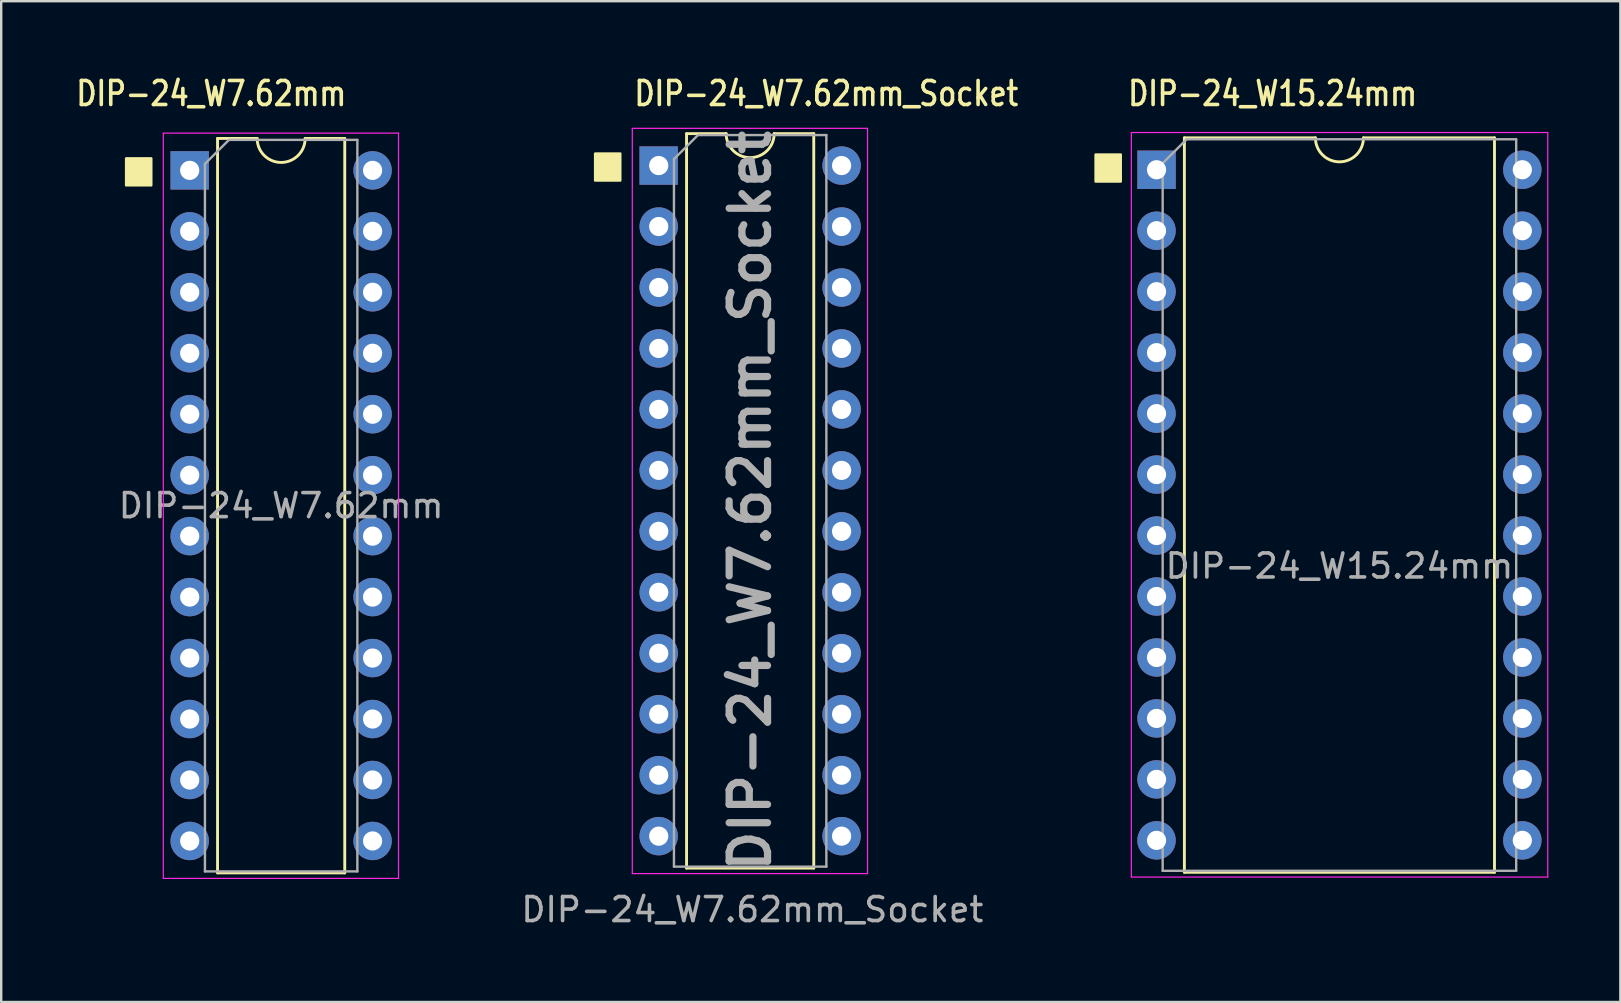
<source format=kicad_pcb>
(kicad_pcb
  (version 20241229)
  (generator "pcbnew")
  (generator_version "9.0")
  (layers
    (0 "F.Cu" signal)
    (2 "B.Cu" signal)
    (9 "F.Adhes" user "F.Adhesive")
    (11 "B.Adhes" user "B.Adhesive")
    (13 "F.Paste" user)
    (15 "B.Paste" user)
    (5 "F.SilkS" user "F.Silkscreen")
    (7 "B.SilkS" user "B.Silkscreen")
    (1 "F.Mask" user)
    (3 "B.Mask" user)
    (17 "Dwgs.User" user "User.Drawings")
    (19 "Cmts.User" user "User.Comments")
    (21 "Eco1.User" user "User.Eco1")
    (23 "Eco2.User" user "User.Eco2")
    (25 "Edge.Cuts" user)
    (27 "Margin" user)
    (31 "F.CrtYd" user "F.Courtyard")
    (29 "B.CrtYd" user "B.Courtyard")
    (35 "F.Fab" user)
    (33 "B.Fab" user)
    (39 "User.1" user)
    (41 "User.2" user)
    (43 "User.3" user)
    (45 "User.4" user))
  (footprint "DIP-24_W7.62mm"
    (layer "F.Cu")
    (at 4.854 4.048)
    (property "Reference" "DIP-24_W7.62mm" (at 0.9 -3.2 0) (layer "F.SilkS") (effects (font (size 1 0.83) (thickness 0.15))))
    (attr through_hole)
    (fp_line (start 1.16 -1.33) (end 1.16 29.27) (stroke (width 0.12) (type solid)) (layer "F.SilkS"))
    (fp_line (start 1.16 29.27) (end 6.46 29.27) (stroke (width 0.12) (type solid)) (layer "F.SilkS"))
    (fp_line (start 2.81 -1.33) (end 1.16 -1.33) (stroke (width 0.12) (type solid)) (layer "F.SilkS"))
    (fp_line (start 6.46 -1.33) (end 4.81 -1.33) (stroke (width 0.12) (type solid)) (layer "F.SilkS"))
    (fp_line (start 6.46 29.27) (end 6.46 -1.33) (stroke (width 0.12) (type solid)) (layer "F.SilkS"))
    (fp_arc (start 4.81 -1.33) (mid 3.81 -0.33) (end 2.81 -1.33) (stroke (width 0.12) (type solid)) (layer "F.SilkS"))
    (fp_poly (pts (xy -2.65 -0.5) (xy -2.65 0.625) (xy -1.6 0.625) (xy -1.6 -0.5)) (stroke (width 0.1) (type solid)) (fill yes) (layer "F.SilkS"))
    (fp_line (start -1.1 -1.55) (end -1.1 29.5) (stroke (width 0.05) (type solid)) (layer "F.CrtYd"))
    (fp_line (start -1.1 29.5) (end 8.7 29.5) (stroke (width 0.05) (type solid)) (layer "F.CrtYd"))
    (fp_line (start 8.7 -1.55) (end -1.1 -1.55) (stroke (width 0.05) (type solid)) (layer "F.CrtYd"))
    (fp_line (start 8.7 29.5) (end 8.7 -1.55) (stroke (width 0.05) (type solid)) (layer "F.CrtYd"))
    (fp_line (start 0.635 -0.27) (end 1.635 -1.27) (stroke (width 0.1) (type solid)) (layer "F.Fab"))
    (fp_line (start 0.635 29.21) (end 0.635 -0.27) (stroke (width 0.1) (type solid)) (layer "F.Fab"))
    (fp_line (start 1.635 -1.27) (end 6.985 -1.27) (stroke (width 0.1) (type solid)) (layer "F.Fab"))
    (fp_line (start 6.985 -1.27) (end 6.985 29.21) (stroke (width 0.1) (type solid)) (layer "F.Fab"))
    (fp_line (start 6.985 29.21) (end 0.635 29.21) (stroke (width 0.1) (type solid)) (layer "F.Fab"))
    (fp_text user "${REFERENCE}" (at 3.81 13.97 0) (layer "F.Fab") (effects (font (size 1 1) (thickness 0.15))))
    (pad "1" thru_hole rect (at 0 0) (size 1.6 1.6) (drill 0.8) (layers "*.Cu" "*.Mask"))
    (pad "2" thru_hole oval (at 0 2.54) (size 1.6 1.6) (drill 0.8) (layers "*.Cu" "*.Mask"))
    (pad "3" thru_hole oval (at 0 5.08) (size 1.6 1.6) (drill 0.8) (layers "*.Cu" "*.Mask"))
    (pad "4" thru_hole oval (at 0 7.62) (size 1.6 1.6) (drill 0.8) (layers "*.Cu" "*.Mask"))
    (pad "5" thru_hole oval (at 0 10.16) (size 1.6 1.6) (drill 0.8) (layers "*.Cu" "*.Mask"))
    (pad "6" thru_hole oval (at 0 12.7) (size 1.6 1.6) (drill 0.8) (layers "*.Cu" "*.Mask"))
    (pad "7" thru_hole oval (at 0 15.24) (size 1.6 1.6) (drill 0.8) (layers "*.Cu" "*.Mask"))
    (pad "8" thru_hole oval (at 0 17.78) (size 1.6 1.6) (drill 0.8) (layers "*.Cu" "*.Mask"))
    (pad "9" thru_hole oval (at 0 20.32) (size 1.6 1.6) (drill 0.8) (layers "*.Cu" "*.Mask"))
    (pad "10" thru_hole oval (at 0 22.86) (size 1.6 1.6) (drill 0.8) (layers "*.Cu" "*.Mask"))
    (pad "11" thru_hole oval (at 0 25.4) (size 1.6 1.6) (drill 0.8) (layers "*.Cu" "*.Mask"))
    (pad "12" thru_hole oval (at 0 27.94) (size 1.6 1.6) (drill 0.8) (layers "*.Cu" "*.Mask"))
    (pad "13" thru_hole oval (at 7.62 27.94) (size 1.6 1.6) (drill 0.8) (layers "*.Cu" "*.Mask"))
    (pad "14" thru_hole oval (at 7.62 25.4) (size 1.6 1.6) (drill 0.8) (layers "*.Cu" "*.Mask"))
    (pad "15" thru_hole oval (at 7.62 22.86) (size 1.6 1.6) (drill 0.8) (layers "*.Cu" "*.Mask"))
    (pad "16" thru_hole oval (at 7.62 20.32) (size 1.6 1.6) (drill 0.8) (layers "*.Cu" "*.Mask"))
    (pad "17" thru_hole oval (at 7.62 17.78) (size 1.6 1.6) (drill 0.8) (layers "*.Cu" "*.Mask"))
    (pad "18" thru_hole oval (at 7.62 15.24) (size 1.6 1.6) (drill 0.8) (layers "*.Cu" "*.Mask"))
    (pad "19" thru_hole oval (at 7.62 12.7) (size 1.6 1.6) (drill 0.8) (layers "*.Cu" "*.Mask"))
    (pad "20" thru_hole oval (at 7.62 10.16) (size 1.6 1.6) (drill 0.8) (layers "*.Cu" "*.Mask"))
    (pad "21" thru_hole oval (at 7.62 7.62) (size 1.6 1.6) (drill 0.8) (layers "*.Cu" "*.Mask"))
    (pad "22" thru_hole oval (at 7.62 5.08) (size 1.6 1.6) (drill 0.8) (layers "*.Cu" "*.Mask"))
    (pad "23" thru_hole oval (at 7.62 2.54) (size 1.6 1.6) (drill 0.8) (layers "*.Cu" "*.Mask"))
    (pad "24" thru_hole oval (at 7.62 0) (size 1.6 1.6) (drill 0.8) (layers "*.Cu" "*.Mask")))
  (footprint "DIP-24_W7.62mm_Socket"
    (layer "F.Cu")
    (at 24.395 3.848)
    (property "Reference" "DIP-24_W7.62mm_Socket" (at -1.1 -3 0) (layer "F.SilkS") (effects (font (size 1 0.83) (thickness 0.15)) (justify left)))
    (property "Value" "${VALUE}" (at 3.9 31 0) (layer "F.SilkS") (hide yes) (effects (font (size 1 1) (thickness 0.15))))
    (attr through_hole)
    (fp_line (start 1.16 -1.33) (end 1.16 29.27) (stroke (width 0.12) (type solid)) (layer "F.SilkS"))
    (fp_line (start 1.16 29.27) (end 6.46 29.27) (stroke (width 0.12) (type solid)) (layer "F.SilkS"))
    (fp_line (start 2.81 -1.33) (end 1.16 -1.33) (stroke (width 0.12) (type solid)) (layer "F.SilkS"))
    (fp_line (start 6.46 -1.33) (end 4.81 -1.33) (stroke (width 0.12) (type solid)) (layer "F.SilkS"))
    (fp_line (start 6.46 29.27) (end 6.46 -1.33) (stroke (width 0.12) (type solid)) (layer "F.SilkS"))
    (fp_arc (start 4.81 -1.33) (mid 3.81 -0.33) (end 2.81 -1.33) (stroke (width 0.12) (type solid)) (layer "F.SilkS"))
    (fp_poly (pts (xy -2.65 -0.5) (xy -2.65 0.625) (xy -1.6 0.625) (xy -1.6 -0.5)) (stroke (width 0.1) (type solid)) (fill yes) (layer "F.SilkS"))
    (fp_line (start -1.1 -1.55) (end -1.1 29.5) (stroke (width 0.05) (type solid)) (layer "F.CrtYd"))
    (fp_line (start -1.1 29.5) (end 8.7 29.5) (stroke (width 0.05) (type solid)) (layer "F.CrtYd"))
    (fp_line (start 8.7 -1.55) (end -1.1 -1.55) (stroke (width 0.05) (type solid)) (layer "F.CrtYd"))
    (fp_line (start 8.7 29.5) (end 8.7 -1.55) (stroke (width 0.05) (type solid)) (layer "F.CrtYd"))
    (fp_line (start 0.635 -0.27) (end 1.635 -1.27) (stroke (width 0.1) (type solid)) (layer "F.Fab"))
    (fp_line (start 0.635 29.21) (end 0.635 -0.27) (stroke (width 0.1) (type solid)) (layer "F.Fab"))
    (fp_line (start 1.635 -1.27) (end 6.985 -1.27) (stroke (width 0.1) (type solid)) (layer "F.Fab"))
    (fp_line (start 6.985 -1.27) (end 6.985 29.21) (stroke (width 0.1) (type solid)) (layer "F.Fab"))
    (fp_line (start 6.985 29.21) (end 0.635 29.21) (stroke (width 0.1) (type solid)) (layer "F.Fab"))
    (fp_text user "${REFERENCE}" (at 3.81 13.97 90) (layer "F.Fab") (effects (font (size 1.6 1.6) (thickness 0.3))))
    (fp_text user "DIP-24_W7.62mm_Socket" (at 3.9 31 0) (layer "F.Fab") (effects (font (size 1 1) (thickness 0.15))))
    (pad "1" thru_hole rect (at 0 0) (size 1.6 1.6) (drill 0.8) (layers "*.Cu" "*.Mask"))
    (pad "2" thru_hole oval (at 0 2.54) (size 1.6 1.6) (drill 0.8) (layers "*.Cu" "*.Mask"))
    (pad "3" thru_hole oval (at 0 5.08) (size 1.6 1.6) (drill 0.8) (layers "*.Cu" "*.Mask"))
    (pad "4" thru_hole oval (at 0 7.62) (size 1.6 1.6) (drill 0.8) (layers "*.Cu" "*.Mask"))
    (pad "5" thru_hole oval (at 0 10.16) (size 1.6 1.6) (drill 0.8) (layers "*.Cu" "*.Mask"))
    (pad "6" thru_hole oval (at 0 12.7) (size 1.6 1.6) (drill 0.8) (layers "*.Cu" "*.Mask"))
    (pad "7" thru_hole oval (at 0 15.24) (size 1.6 1.6) (drill 0.8) (layers "*.Cu" "*.Mask"))
    (pad "8" thru_hole oval (at 0 17.78) (size 1.6 1.6) (drill 0.8) (layers "*.Cu" "*.Mask"))
    (pad "9" thru_hole oval (at 0 20.32) (size 1.6 1.6) (drill 0.8) (layers "*.Cu" "*.Mask"))
    (pad "10" thru_hole oval (at 0 22.86) (size 1.6 1.6) (drill 0.8) (layers "*.Cu" "*.Mask"))
    (pad "11" thru_hole oval (at 0 25.4) (size 1.6 1.6) (drill 0.8) (layers "*.Cu" "*.Mask"))
    (pad "12" thru_hole oval (at 0 27.94) (size 1.6 1.6) (drill 0.8) (layers "*.Cu" "*.Mask"))
    (pad "13" thru_hole oval (at 7.62 27.94) (size 1.6 1.6) (drill 0.8) (layers "*.Cu" "*.Mask"))
    (pad "14" thru_hole oval (at 7.62 25.4) (size 1.6 1.6) (drill 0.8) (layers "*.Cu" "*.Mask"))
    (pad "15" thru_hole oval (at 7.62 22.86) (size 1.6 1.6) (drill 0.8) (layers "*.Cu" "*.Mask"))
    (pad "16" thru_hole oval (at 7.62 20.32) (size 1.6 1.6) (drill 0.8) (layers "*.Cu" "*.Mask"))
    (pad "17" thru_hole oval (at 7.62 17.78) (size 1.6 1.6) (drill 0.8) (layers "*.Cu" "*.Mask"))
    (pad "18" thru_hole oval (at 7.62 15.24) (size 1.6 1.6) (drill 0.8) (layers "*.Cu" "*.Mask"))
    (pad "19" thru_hole oval (at 7.62 12.7) (size 1.6 1.6) (drill 0.8) (layers "*.Cu" "*.Mask"))
    (pad "20" thru_hole oval (at 7.62 10.16) (size 1.6 1.6) (drill 0.8) (layers "*.Cu" "*.Mask"))
    (pad "21" thru_hole oval (at 7.62 7.62) (size 1.6 1.6) (drill 0.8) (layers "*.Cu" "*.Mask"))
    (pad "22" thru_hole oval (at 7.62 5.08) (size 1.6 1.6) (drill 0.8) (layers "*.Cu" "*.Mask"))
    (pad "23" thru_hole oval (at 7.62 2.54) (size 1.6 1.6) (drill 0.8) (layers "*.Cu" "*.Mask"))
    (pad "24" thru_hole oval (at 7.62 0) (size 1.6 1.6) (drill 0.8) (layers "*.Cu" "*.Mask")))
  (footprint "DIP-24_W15.24mm"
    (layer "F.Cu")
    (at 45.137 4.023)
    (property "Reference" "DIP-24_W15.24mm" (at -1.27 -3.175 180) (layer "F.SilkS") (effects (font (size 1 0.83) (thickness 0.15)) (justify left)))
    (attr through_hole)
    (fp_line (start 1.16 -1.33) (end 1.16 29.27) (stroke (width 0.12) (type solid)) (layer "F.SilkS"))
    (fp_line (start 1.16 29.27) (end 14.08 29.27) (stroke (width 0.12) (type solid)) (layer "F.SilkS"))
    (fp_line (start 6.62 -1.33) (end 1.16 -1.33) (stroke (width 0.12) (type solid)) (layer "F.SilkS"))
    (fp_line (start 14.08 -1.33) (end 8.62 -1.33) (stroke (width 0.12) (type solid)) (layer "F.SilkS"))
    (fp_line (start 14.08 29.27) (end 14.08 -1.33) (stroke (width 0.12) (type solid)) (layer "F.SilkS"))
    (fp_arc (start 8.62 -1.33) (mid 7.62 -0.33) (end 6.62 -1.33) (stroke (width 0.12) (type solid)) (layer "F.SilkS"))
    (fp_poly (pts (xy -2.54 -0.635) (xy -2.54 0.49) (xy -1.49 0.49) (xy -1.49 -0.635)) (stroke (width 0.1) (type solid)) (fill yes) (layer "F.SilkS"))
    (fp_line (start -1.05 -1.55) (end -1.05 29.47) (stroke (width 0.05) (type solid)) (layer "F.CrtYd"))
    (fp_line (start -1.05 29.47) (end 16.3 29.47) (stroke (width 0.05) (type solid)) (layer "F.CrtYd"))
    (fp_line (start 16.3 -1.55) (end -1.05 -1.55) (stroke (width 0.05) (type solid)) (layer "F.CrtYd"))
    (fp_line (start 16.3 29.47) (end 16.3 -1.55) (stroke (width 0.05) (type solid)) (layer "F.CrtYd"))
    (fp_line (start 0.255 -0.27) (end 1.255 -1.27) (stroke (width 0.1) (type solid)) (layer "F.Fab"))
    (fp_line (start 0.255 29.21) (end 0.255 -0.27) (stroke (width 0.1) (type solid)) (layer "F.Fab"))
    (fp_line (start 1.255 -1.27) (end 14.985 -1.27) (stroke (width 0.1) (type solid)) (layer "F.Fab"))
    (fp_line (start 14.985 -1.27) (end 14.985 29.21) (stroke (width 0.1) (type solid)) (layer "F.Fab"))
    (fp_line (start 14.985 29.21) (end 0.255 29.21) (stroke (width 0.1) (type solid)) (layer "F.Fab"))
    (fp_text user "${REFERENCE}" (at 7.62 16.51 0) (layer "F.Fab") (effects (font (size 1 1) (thickness 0.15))))
    (pad "1" thru_hole rect (at 0 0) (size 1.6 1.6) (drill 0.8) (layers "*.Cu" "*.Mask"))
    (pad "2" thru_hole oval (at 0 2.54) (size 1.6 1.6) (drill 0.8) (layers "*.Cu" "*.Mask"))
    (pad "3" thru_hole oval (at 0 5.08) (size 1.6 1.6) (drill 0.8) (layers "*.Cu" "*.Mask"))
    (pad "4" thru_hole oval (at 0 7.62) (size 1.6 1.6) (drill 0.8) (layers "*.Cu" "*.Mask"))
    (pad "5" thru_hole oval (at 0 10.16) (size 1.6 1.6) (drill 0.8) (layers "*.Cu" "*.Mask"))
    (pad "6" thru_hole oval (at 0 12.7) (size 1.6 1.6) (drill 0.8) (layers "*.Cu" "*.Mask"))
    (pad "7" thru_hole oval (at 0 15.24) (size 1.6 1.6) (drill 0.8) (layers "*.Cu" "*.Mask"))
    (pad "8" thru_hole oval (at 0 17.78) (size 1.6 1.6) (drill 0.8) (layers "*.Cu" "*.Mask"))
    (pad "9" thru_hole oval (at 0 20.32) (size 1.6 1.6) (drill 0.8) (layers "*.Cu" "*.Mask"))
    (pad "10" thru_hole oval (at 0 22.86) (size 1.6 1.6) (drill 0.8) (layers "*.Cu" "*.Mask"))
    (pad "11" thru_hole oval (at 0 25.4) (size 1.6 1.6) (drill 0.8) (layers "*.Cu" "*.Mask"))
    (pad "12" thru_hole oval (at 0 27.94) (size 1.6 1.6) (drill 0.8) (layers "*.Cu" "*.Mask"))
    (pad "17" thru_hole oval (at 15.24 27.94) (size 1.6 1.6) (drill 0.8) (layers "*.Cu" "*.Mask"))
    (pad "18" thru_hole oval (at 15.24 25.4) (size 1.6 1.6) (drill 0.8) (layers "*.Cu" "*.Mask"))
    (pad "19" thru_hole oval (at 15.24 22.86) (size 1.6 1.6) (drill 0.8) (layers "*.Cu" "*.Mask"))
    (pad "20" thru_hole oval (at 15.24 20.32) (size 1.6 1.6) (drill 0.8) (layers "*.Cu" "*.Mask"))
    (pad "21" thru_hole oval (at 15.24 17.78) (size 1.6 1.6) (drill 0.8) (layers "*.Cu" "*.Mask"))
    (pad "22" thru_hole oval (at 15.24 15.24) (size 1.6 1.6) (drill 0.8) (layers "*.Cu" "*.Mask"))
    (pad "23" thru_hole oval (at 15.24 12.7) (size 1.6 1.6) (drill 0.8) (layers "*.Cu" "*.Mask"))
    (pad "24" thru_hole oval (at 15.24 10.16) (size 1.6 1.6) (drill 0.8) (layers "*.Cu" "*.Mask"))
    (pad "25" thru_hole oval (at 15.24 7.62) (size 1.6 1.6) (drill 0.8) (layers "*.Cu" "*.Mask"))
    (pad "26" thru_hole oval (at 15.24 5.08) (size 1.6 1.6) (drill 0.8) (layers "*.Cu" "*.Mask"))
    (pad "27" thru_hole oval (at 15.24 2.54) (size 1.6 1.6) (drill 0.8) (layers "*.Cu" "*.Mask"))
    (pad "28" thru_hole oval (at 15.24 0) (size 1.6 1.6) (drill 0.8) (layers "*.Cu" "*.Mask")))
  (gr_rect
    (start -3 -3)
    (end 64.462 38.697)
    (stroke (width 0.1) (type default))
    (fill no)
    (layer "Edge.Cuts")))
</source>
